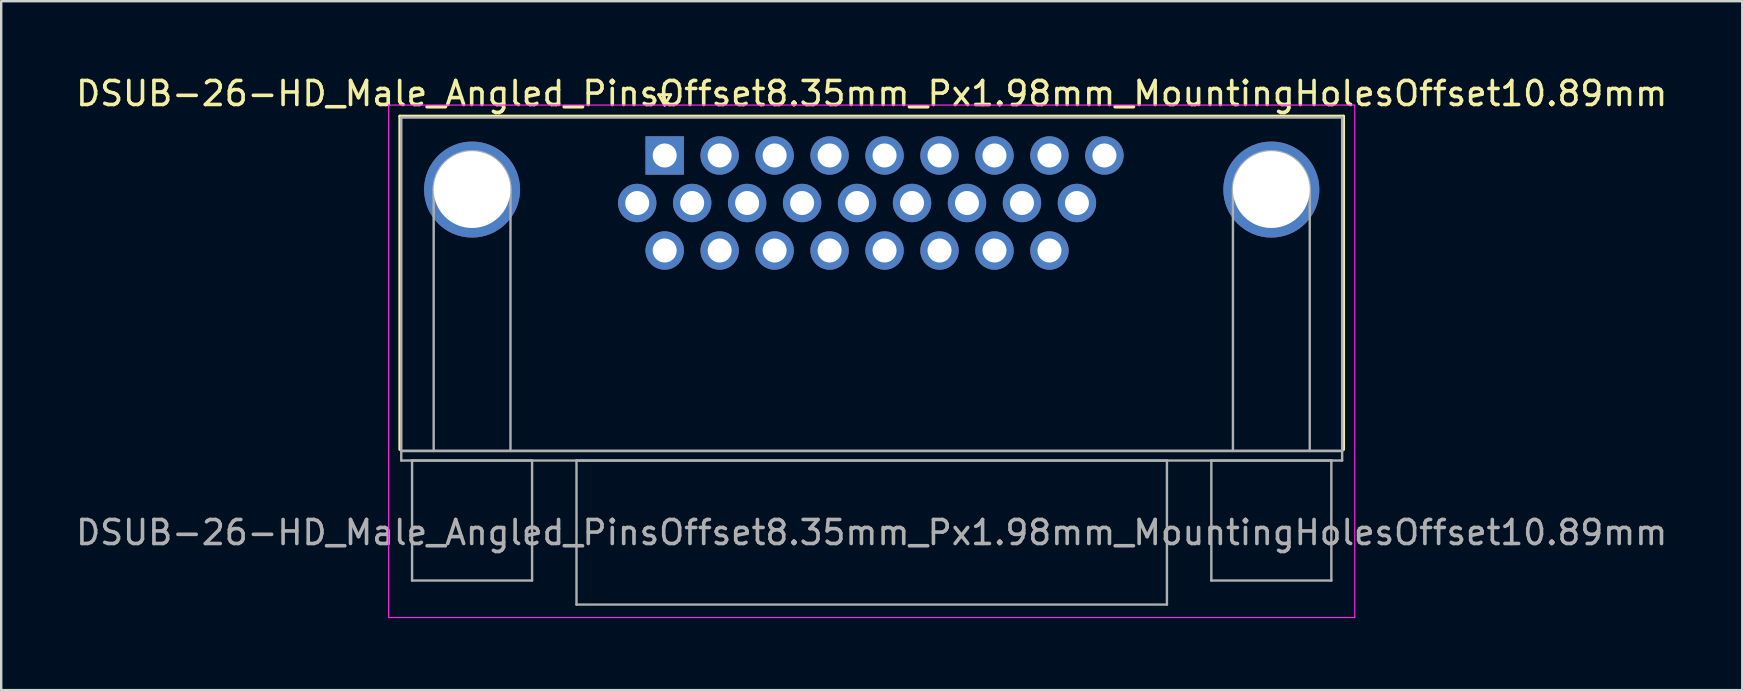
<source format=kicad_pcb>
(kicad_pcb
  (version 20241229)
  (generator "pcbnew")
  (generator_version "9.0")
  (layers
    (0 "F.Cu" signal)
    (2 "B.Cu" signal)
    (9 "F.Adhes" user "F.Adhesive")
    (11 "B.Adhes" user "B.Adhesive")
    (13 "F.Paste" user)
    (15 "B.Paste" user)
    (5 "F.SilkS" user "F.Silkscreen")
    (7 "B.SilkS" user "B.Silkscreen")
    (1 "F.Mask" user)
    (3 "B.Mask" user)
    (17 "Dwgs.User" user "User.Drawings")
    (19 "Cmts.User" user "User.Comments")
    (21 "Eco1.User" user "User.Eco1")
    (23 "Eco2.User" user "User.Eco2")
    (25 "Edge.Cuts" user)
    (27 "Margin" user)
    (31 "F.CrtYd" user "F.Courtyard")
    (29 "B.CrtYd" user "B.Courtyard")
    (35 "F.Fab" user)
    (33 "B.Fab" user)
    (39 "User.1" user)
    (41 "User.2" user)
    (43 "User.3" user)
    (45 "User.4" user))
  (footprint "DSUB-26-HD_Male_Angled_PinsOffset8.35mm_Px1.98mm_MountingHolesOffset10.89mm"
    (layer "F.Cu")
    (at 24.643 3.428)
    (property "Reference" "DSUB-26-HD_Male_Angled_PinsOffset8.35mm_Px1.98mm_MountingHolesOffset10.89mm" (at 8.625 -2.58 0) (layer "F.SilkS") (effects (font (size 1 1) (thickness 0.15))))
    (attr through_hole)
    (fp_line (start -11.035 -1.64) (end 28.285 -1.64) (stroke (width 0.12) (type solid)) (layer "F.SilkS"))
    (fp_line (start -11.035 12.25) (end -11.035 -1.64) (stroke (width 0.12) (type solid)) (layer "F.SilkS"))
    (fp_line (start -0.25 -2.534) (end 0.25 -2.534) (stroke (width 0.12) (type solid)) (layer "F.SilkS"))
    (fp_line (start 0 -2.101) (end -0.25 -2.534) (stroke (width 0.12) (type solid)) (layer "F.SilkS"))
    (fp_line (start 0.25 -2.534) (end 0 -2.101) (stroke (width 0.12) (type solid)) (layer "F.SilkS"))
    (fp_line (start 28.285 -1.64) (end 28.285 12.25) (stroke (width 0.12) (type solid)) (layer "F.SilkS"))
    (fp_line (start -11.5 -2.1) (end -11.5 19.25) (stroke (width 0.05) (type solid)) (layer "F.CrtYd"))
    (fp_line (start -11.5 19.25) (end 28.75 19.25) (stroke (width 0.05) (type solid)) (layer "F.CrtYd"))
    (fp_line (start 28.75 -2.1) (end -11.5 -2.1) (stroke (width 0.05) (type solid)) (layer "F.CrtYd"))
    (fp_line (start 28.75 19.25) (end 28.75 -2.1) (stroke (width 0.05) (type solid)) (layer "F.CrtYd"))
    (fp_line (start -10.975 -1.58) (end -10.975 12.31) (stroke (width 0.1) (type solid)) (layer "F.Fab"))
    (fp_line (start -10.975 12.31) (end -10.975 12.71) (stroke (width 0.1) (type solid)) (layer "F.Fab"))
    (fp_line (start -10.975 12.31) (end 28.225 12.31) (stroke (width 0.1) (type solid)) (layer "F.Fab"))
    (fp_line (start -10.975 12.71) (end 28.225 12.71) (stroke (width 0.1) (type solid)) (layer "F.Fab"))
    (fp_line (start -10.525 12.71) (end -10.525 17.71) (stroke (width 0.1) (type solid)) (layer "F.Fab"))
    (fp_line (start -10.525 17.71) (end -5.525 17.71) (stroke (width 0.1) (type solid)) (layer "F.Fab"))
    (fp_line (start -9.625 12.31) (end -9.625 1.42) (stroke (width 0.1) (type solid)) (layer "F.Fab"))
    (fp_line (start -6.425 12.31) (end -6.425 1.42) (stroke (width 0.1) (type solid)) (layer "F.Fab"))
    (fp_line (start -5.525 12.71) (end -10.525 12.71) (stroke (width 0.1) (type solid)) (layer "F.Fab"))
    (fp_line (start -5.525 17.71) (end -5.525 12.71) (stroke (width 0.1) (type solid)) (layer "F.Fab"))
    (fp_line (start -3.675 12.71) (end -3.675 18.71) (stroke (width 0.1) (type solid)) (layer "F.Fab"))
    (fp_line (start -3.675 18.71) (end 20.925 18.71) (stroke (width 0.1) (type solid)) (layer "F.Fab"))
    (fp_line (start 20.925 12.71) (end -3.675 12.71) (stroke (width 0.1) (type solid)) (layer "F.Fab"))
    (fp_line (start 20.925 18.71) (end 20.925 12.71) (stroke (width 0.1) (type solid)) (layer "F.Fab"))
    (fp_line (start 22.775 12.71) (end 22.775 17.71) (stroke (width 0.1) (type solid)) (layer "F.Fab"))
    (fp_line (start 22.775 17.71) (end 27.775 17.71) (stroke (width 0.1) (type solid)) (layer "F.Fab"))
    (fp_line (start 23.675 12.31) (end 23.675 1.42) (stroke (width 0.1) (type solid)) (layer "F.Fab"))
    (fp_line (start 26.875 12.31) (end 26.875 1.42) (stroke (width 0.1) (type solid)) (layer "F.Fab"))
    (fp_line (start 27.775 12.71) (end 22.775 12.71) (stroke (width 0.1) (type solid)) (layer "F.Fab"))
    (fp_line (start 27.775 17.71) (end 27.775 12.71) (stroke (width 0.1) (type solid)) (layer "F.Fab"))
    (fp_line (start 28.225 -1.58) (end -10.975 -1.58) (stroke (width 0.1) (type solid)) (layer "F.Fab"))
    (fp_line (start 28.225 12.31) (end -10.975 12.31) (stroke (width 0.1) (type solid)) (layer "F.Fab"))
    (fp_line (start 28.225 12.31) (end 28.225 -1.58) (stroke (width 0.1) (type solid)) (layer "F.Fab"))
    (fp_line (start 28.225 12.71) (end 28.225 12.31) (stroke (width 0.1) (type solid)) (layer "F.Fab"))
    (fp_arc (start -9.625 1.42) (mid -8.025 -0.18) (end -6.425 1.42) (stroke (width 0.1) (type solid)) (layer "F.Fab"))
    (fp_arc (start 23.675 1.42) (mid 25.275 -0.18) (end 26.875 1.42) (stroke (width 0.1) (type solid)) (layer "F.Fab"))
    (fp_text user "${REFERENCE}" (at 8.625 15.71 0) (layer "F.Fab") (effects (font (size 1 1) (thickness 0.15))))
    (pad "0" thru_hole circle (at -8.025 1.42) (size 4 4) (drill 3.2) (layers "*.Cu" "*.Mask"))
    (pad "0" thru_hole circle (at 25.275 1.42) (size 4 4) (drill 3.2) (layers "*.Cu" "*.Mask"))
    (pad "1" thru_hole rect (at 0 0) (size 1.6 1.6) (drill 1) (layers "*.Cu" "*.Mask"))
    (pad "2" thru_hole circle (at 2.29 0) (size 1.6 1.6) (drill 1) (layers "*.Cu" "*.Mask"))
    (pad "3" thru_hole circle (at 4.58 0) (size 1.6 1.6) (drill 1) (layers "*.Cu" "*.Mask"))
    (pad "4" thru_hole circle (at 6.87 0) (size 1.6 1.6) (drill 1) (layers "*.Cu" "*.Mask"))
    (pad "5" thru_hole circle (at 9.16 0) (size 1.6 1.6) (drill 1) (layers "*.Cu" "*.Mask"))
    (pad "6" thru_hole circle (at 11.45 0) (size 1.6 1.6) (drill 1) (layers "*.Cu" "*.Mask"))
    (pad "7" thru_hole circle (at 13.74 0) (size 1.6 1.6) (drill 1) (layers "*.Cu" "*.Mask"))
    (pad "8" thru_hole circle (at 16.03 0) (size 1.6 1.6) (drill 1) (layers "*.Cu" "*.Mask"))
    (pad "9" thru_hole circle (at 18.32 0) (size 1.6 1.6) (drill 1) (layers "*.Cu" "*.Mask"))
    (pad "10" thru_hole circle (at -1.145 1.98) (size 1.6 1.6) (drill 1) (layers "*.Cu" "*.Mask"))
    (pad "11" thru_hole circle (at 1.145 1.98) (size 1.6 1.6) (drill 1) (layers "*.Cu" "*.Mask"))
    (pad "12" thru_hole circle (at 3.435 1.98) (size 1.6 1.6) (drill 1) (layers "*.Cu" "*.Mask"))
    (pad "13" thru_hole circle (at 5.725 1.98) (size 1.6 1.6) (drill 1) (layers "*.Cu" "*.Mask"))
    (pad "14" thru_hole circle (at 8.015 1.98) (size 1.6 1.6) (drill 1) (layers "*.Cu" "*.Mask"))
    (pad "15" thru_hole circle (at 10.305 1.98) (size 1.6 1.6) (drill 1) (layers "*.Cu" "*.Mask"))
    (pad "16" thru_hole circle (at 12.595 1.98) (size 1.6 1.6) (drill 1) (layers "*.Cu" "*.Mask"))
    (pad "17" thru_hole circle (at 14.885 1.98) (size 1.6 1.6) (drill 1) (layers "*.Cu" "*.Mask"))
    (pad "18" thru_hole circle (at 17.175 1.98) (size 1.6 1.6) (drill 1) (layers "*.Cu" "*.Mask"))
    (pad "19" thru_hole circle (at 0 3.96) (size 1.6 1.6) (drill 1) (layers "*.Cu" "*.Mask"))
    (pad "20" thru_hole circle (at 2.29 3.96) (size 1.6 1.6) (drill 1) (layers "*.Cu" "*.Mask"))
    (pad "21" thru_hole circle (at 4.58 3.96) (size 1.6 1.6) (drill 1) (layers "*.Cu" "*.Mask"))
    (pad "22" thru_hole circle (at 6.87 3.96) (size 1.6 1.6) (drill 1) (layers "*.Cu" "*.Mask"))
    (pad "23" thru_hole circle (at 9.16 3.96) (size 1.6 1.6) (drill 1) (layers "*.Cu" "*.Mask"))
    (pad "24" thru_hole circle (at 11.45 3.96) (size 1.6 1.6) (drill 1) (layers "*.Cu" "*.Mask"))
    (pad "25" thru_hole circle (at 13.74 3.96) (size 1.6 1.6) (drill 1) (layers "*.Cu" "*.Mask"))
    (pad "26" thru_hole circle (at 16.03 3.96) (size 1.6 1.6) (drill 1) (layers "*.Cu" "*.Mask")))
  (gr_rect
    (start -3 -3)
    (end 69.536 25.703)
    (stroke (width 0.1) (type default))
    (fill no)
    (layer "Edge.Cuts")))
</source>
